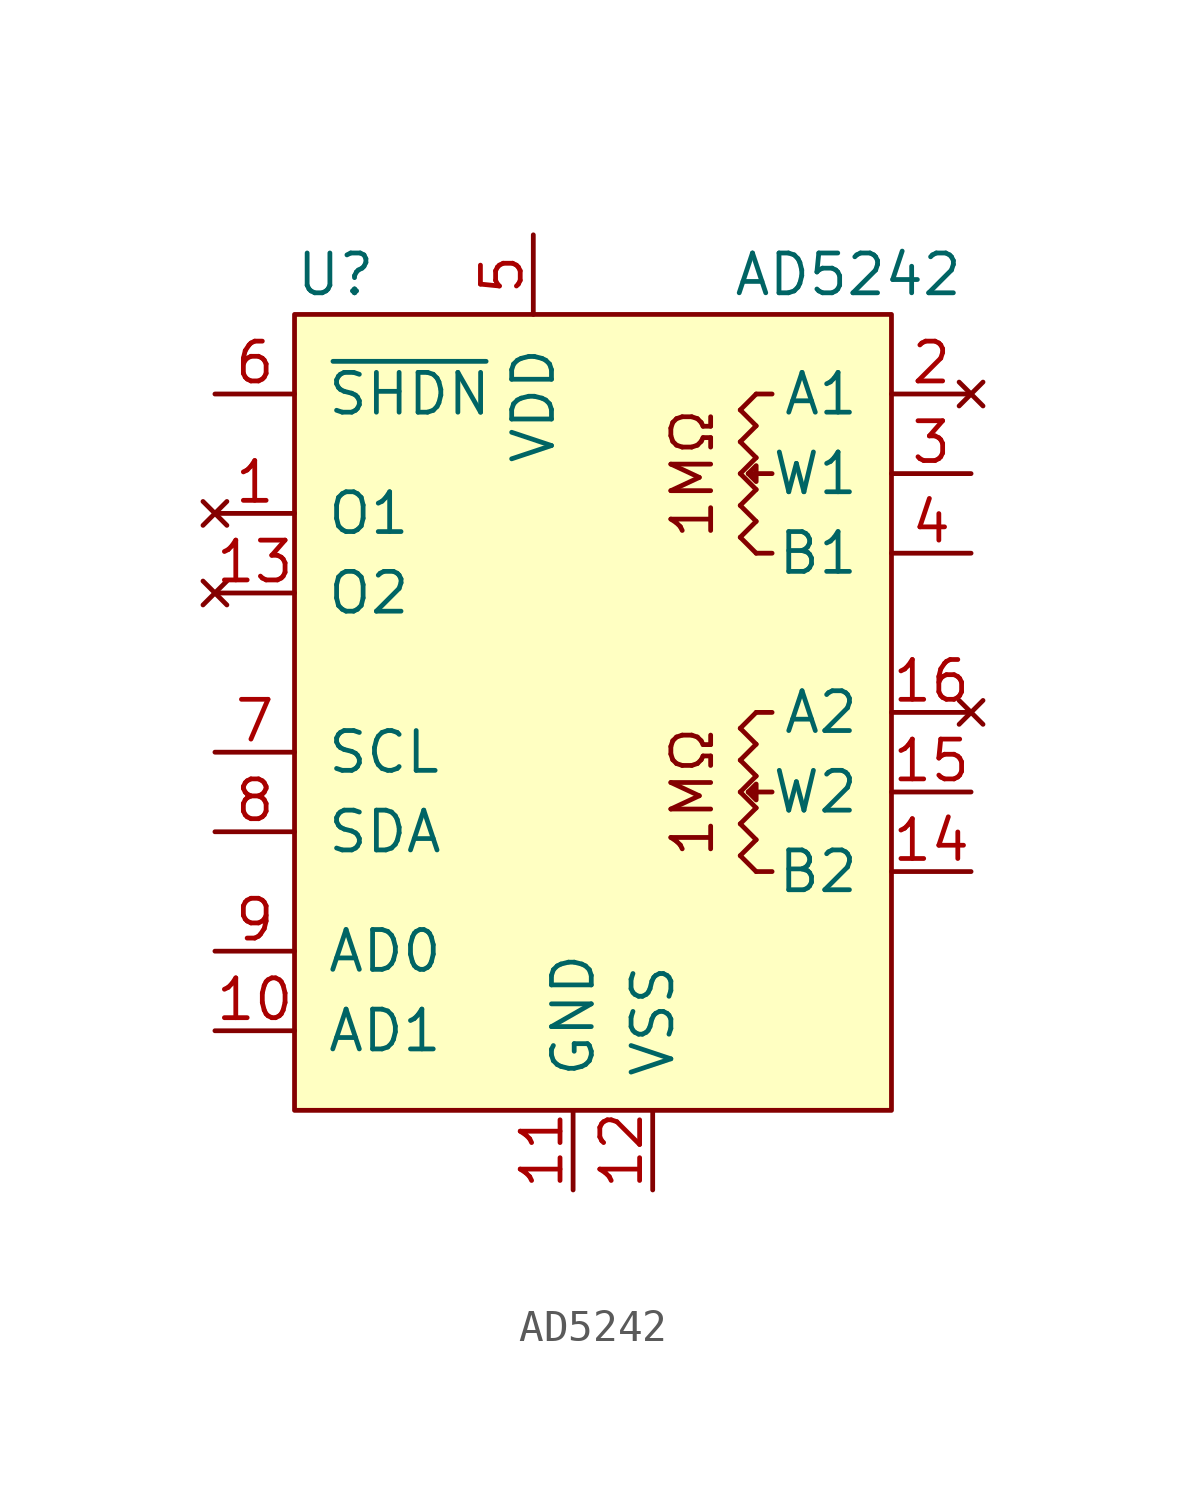
<source format=kicad_sym>
(kicad_symbol_lib
  (version 20230620)
  (generator kicad_symbol_editor)
  (symbol "AD5242"
    (pin_names
      (offset 1))
    (property "Reference" "U"
      (at -10.16 15.24 0)
      (effects (font (size 1.27 1.27)) (justify left)))
    (property "Value" "AD5242"
      (at 3.81 15.24 0)
      (effects (font (size 1.27 1.27)) (justify left)))
    (symbol "AD5242_1_1"
      (rectangle (start -10.16 13.97) (end 8.89 -11.43) (stroke (width 0) (type default)) (fill (type background)))
      (polyline (pts (xy 4.064 -3.302) (xy 4.572 -2.794)) (stroke (width 0) (type default)) (fill (type none)))
      (polyline (pts (xy 4.064 -2.286) (xy 4.572 -2.794)) (stroke (width 0) (type default)) (fill (type none)))
      (polyline (pts (xy 4.064 -1.27) (xy 4.572 -1.778)) (stroke (width 0) (type default)) (fill (type none)))
      (polyline (pts (xy 4.064 -1.27) (xy 4.572 -0.762)) (stroke (width 0) (type default)) (fill (type none)))
      (polyline (pts (xy 4.064 -0.254) (xy 4.572 0.254)) (stroke (width 0) (type default)) (fill (type none)))
      (polyline (pts (xy 4.064 0.762) (xy 4.572 0.254)) (stroke (width 0) (type default)) (fill (type none)))
      (polyline (pts (xy 4.064 6.858) (xy 4.572 7.366)) (stroke (width 0) (type default)) (fill (type none)))
      (polyline (pts (xy 4.064 7.874) (xy 4.572 7.366)) (stroke (width 0) (type default)) (fill (type none)))
      (polyline (pts (xy 4.064 8.89) (xy 4.572 8.382)) (stroke (width 0) (type default)) (fill (type none)))
      (polyline (pts (xy 4.064 8.89) (xy 4.572 9.398)) (stroke (width 0) (type default)) (fill (type none)))
      (polyline (pts (xy 4.064 9.906) (xy 4.572 10.414)) (stroke (width 0) (type default)) (fill (type none)))
      (polyline (pts (xy 4.064 10.922) (xy 4.572 10.414)) (stroke (width 0) (type default)) (fill (type none)))
      (polyline (pts (xy 4.572 -3.81) (xy 4.064 -3.302)) (stroke (width 0) (type default)) (fill (type none)))
      (polyline (pts (xy 4.572 -1.778) (xy 4.064 -2.286)) (stroke (width 0) (type default)) (fill (type none)))
      (polyline (pts (xy 4.572 -0.762) (xy 4.064 -0.254)) (stroke (width 0) (type default)) (fill (type none)))
      (polyline (pts (xy 4.572 1.27) (xy 4.064 0.762)) (stroke (width 0) (type default)) (fill (type none)))
      (polyline (pts (xy 4.572 6.35) (xy 4.064 6.858)) (stroke (width 0) (type default)) (fill (type none)))
      (polyline (pts (xy 4.572 8.382) (xy 4.064 7.874)) (stroke (width 0) (type default)) (fill (type none)))
      (polyline (pts (xy 4.572 9.398) (xy 4.064 9.906)) (stroke (width 0) (type default)) (fill (type none)))
      (polyline (pts (xy 4.572 11.43) (xy 4.064 10.922)) (stroke (width 0) (type default)) (fill (type none)))
      (polyline (pts (xy 5.08 -3.81) (xy 4.572 -3.81)) (stroke (width 0) (type default)) (fill (type none)))
      (polyline (pts (xy 5.08 -1.27) (xy 4.318 -1.27)) (stroke (width 0) (type default)) (fill (type none)))
      (polyline (pts (xy 5.08 1.27) (xy 4.572 1.27)) (stroke (width 0) (type default)) (fill (type none)))
      (polyline (pts (xy 5.08 6.35) (xy 4.572 6.35)) (stroke (width 0) (type default)) (fill (type none)))
      (polyline (pts (xy 5.08 8.89) (xy 4.318 8.89)) (stroke (width 0) (type default)) (fill (type none)))
      (polyline (pts (xy 5.08 11.43) (xy 4.572 11.43)) (stroke (width 0) (type default)) (fill (type none)))
      (polyline (pts (xy 4.318 -1.27) (xy 4.572 -1.016) (xy 4.572 -1.524) (xy 4.318 -1.27) (xy 4.572 -1.016)) (stroke (width 0) (type default)) (fill (type none)))
      (polyline (pts (xy 4.318 8.89) (xy 4.572 9.144) (xy 4.572 8.636) (xy 4.318 8.89) (xy 4.572 9.144)) (stroke (width 0) (type default)) (fill (type none)))
      (text "1MΩ" (at 2.54 -1.27 900) (effects (font (size 1.27 1.27))))
      (text "1MΩ" (at 2.54 8.89 900) (effects (font (size 1.27 1.27))))
      (pin no_connect line (at -12.7 7.62 0) (length 2.54) (name "O1" (effects (font (size 1.27 1.27)))) (number "1" (effects (font (size 1.27 1.27)))))
      (pin input line (at -12.7 -8.89 0) (length 2.54) (name "AD1" (effects (font (size 1.27 1.27)))) (number "10" (effects (font (size 1.27 1.27)))))
      (pin input line (at -1.27 -13.97 90) (length 2.54) (name "GND" (effects (font (size 1.27 1.27)))) (number "11" (effects (font (size 1.27 1.27)))))
      (pin input line (at 1.27 -13.97 90) (length 2.54) (name "VSS" (effects (font (size 1.27 1.27)))) (number "12" (effects (font (size 1.27 1.27)))))
      (pin no_connect line (at -12.7 5.08 0) (length 2.54) (name "O2" (effects (font (size 1.27 1.27)))) (number "13" (effects (font (size 1.27 1.27)))))
      (pin input line (at 11.43 -3.81 180) (length 2.54) (name "B2" (effects (font (size 1.27 1.27)))) (number "14" (effects (font (size 1.27 1.27)))))
      (pin input line (at 11.43 -1.27 180) (length 2.54) (name "W2" (effects (font (size 1.27 1.27)))) (number "15" (effects (font (size 1.27 1.27)))))
      (pin no_connect line (at 11.43 1.27 180) (length 2.54) (name "A2" (effects (font (size 1.27 1.27)))) (number "16" (effects (font (size 1.27 1.27)))))
      (pin no_connect line (at 11.43 11.43 180) (length 2.54) (name "A1" (effects (font (size 1.27 1.27)))) (number "2" (effects (font (size 1.27 1.27)))))
      (pin input line (at 11.43 8.89 180) (length 2.54) (name "W1" (effects (font (size 1.27 1.27)))) (number "3" (effects (font (size 1.27 1.27)))))
      (pin input line (at 11.43 6.35 180) (length 2.54) (name "B1" (effects (font (size 1.27 1.27)))) (number "4" (effects (font (size 1.27 1.27)))))
      (pin input line (at -2.54 16.51 270) (length 2.54) (name "VDD" (effects (font (size 1.27 1.27)))) (number "5" (effects (font (size 1.27 1.27)))))
      (pin input line (at -12.7 11.43 0) (length 2.54) (name "~{SHDN}" (effects (font (size 1.27 1.27)))) (number "6" (effects (font (size 1.27 1.27)))))
      (pin input line (at -12.7 0 0) (length 2.54) (name "SCL" (effects (font (size 1.27 1.27)))) (number "7" (effects (font (size 1.27 1.27)))))
      (pin input line (at -12.7 -2.54 0) (length 2.54) (name "SDA" (effects (font (size 1.27 1.27)))) (number "8" (effects (font (size 1.27 1.27)))))
      (pin input line (at -12.7 -6.35 0) (length 2.54) (name "AD0" (effects (font (size 1.27 1.27)))) (number "9" (effects (font (size 1.27 1.27))))))))
</source>
